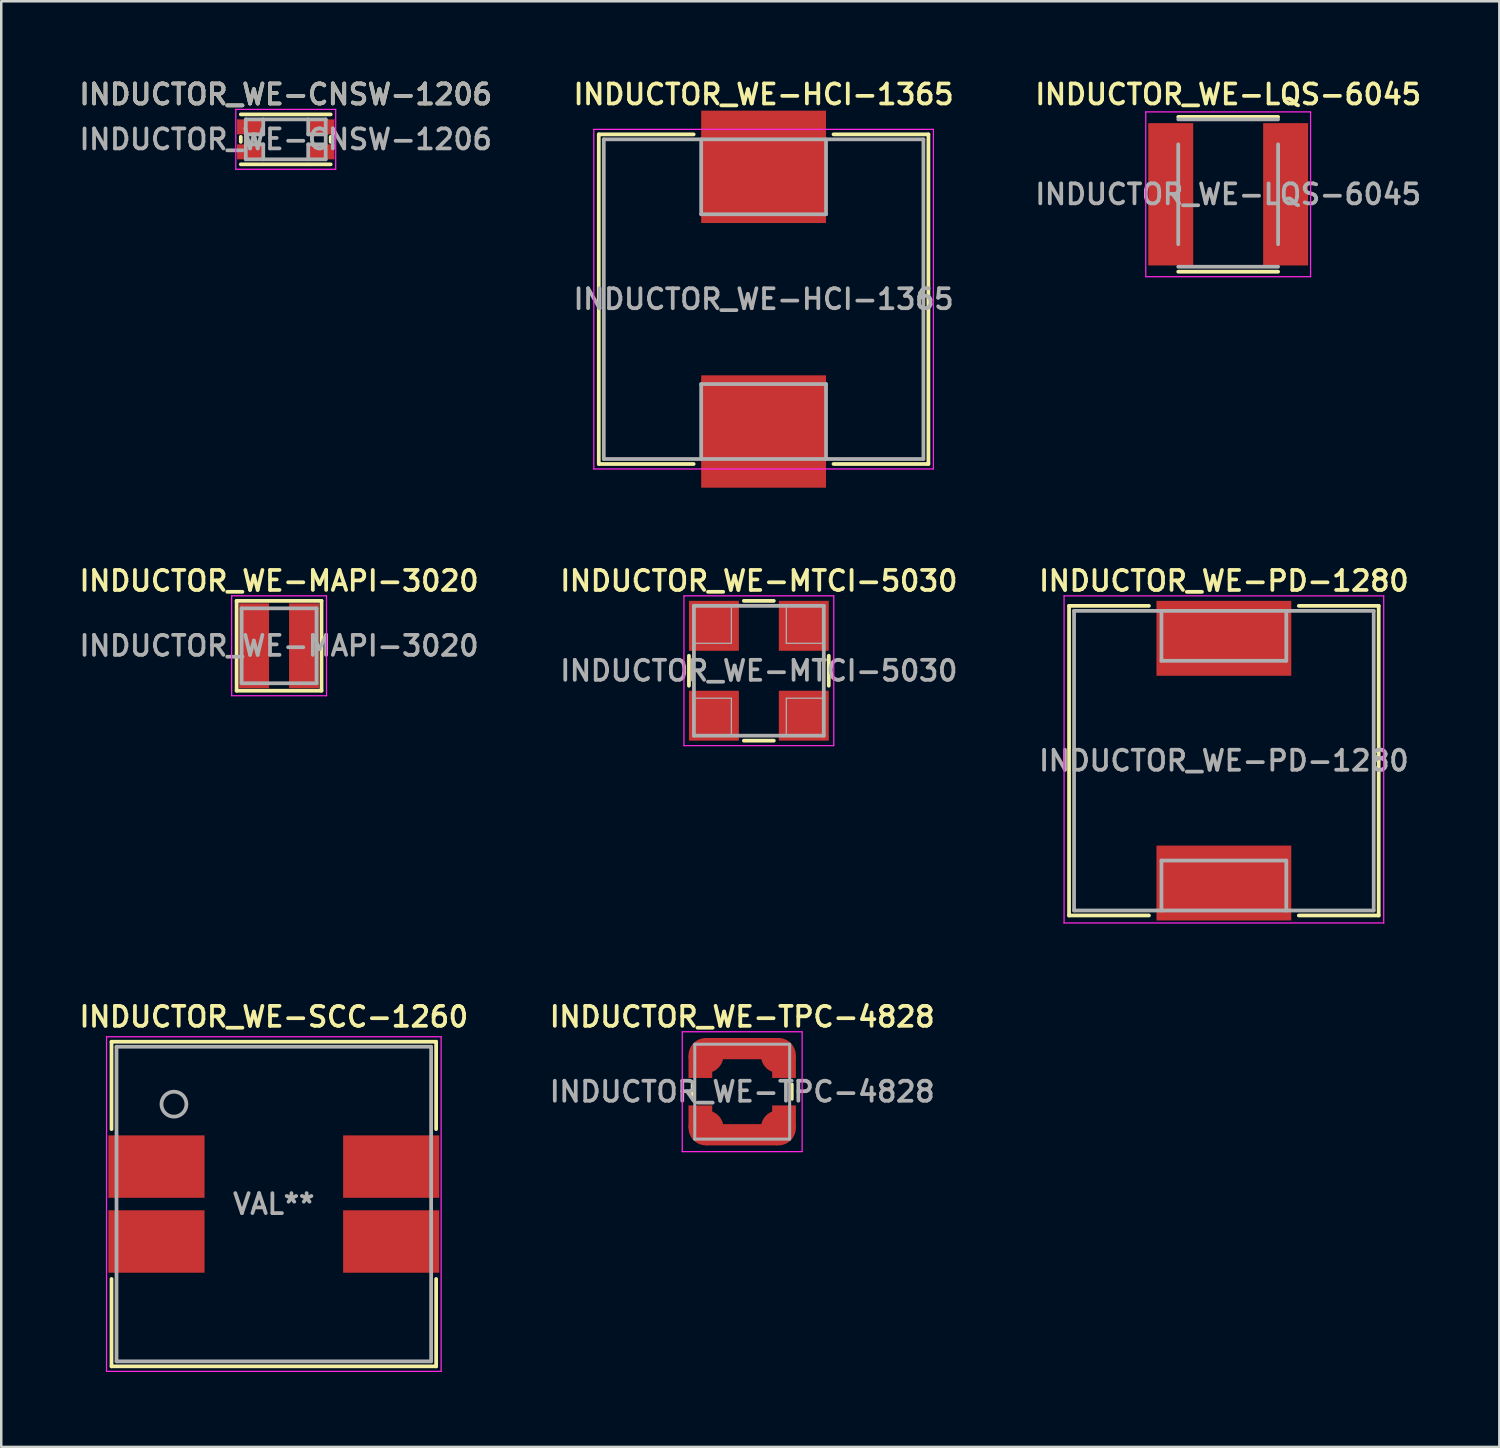
<source format=kicad_pcb>
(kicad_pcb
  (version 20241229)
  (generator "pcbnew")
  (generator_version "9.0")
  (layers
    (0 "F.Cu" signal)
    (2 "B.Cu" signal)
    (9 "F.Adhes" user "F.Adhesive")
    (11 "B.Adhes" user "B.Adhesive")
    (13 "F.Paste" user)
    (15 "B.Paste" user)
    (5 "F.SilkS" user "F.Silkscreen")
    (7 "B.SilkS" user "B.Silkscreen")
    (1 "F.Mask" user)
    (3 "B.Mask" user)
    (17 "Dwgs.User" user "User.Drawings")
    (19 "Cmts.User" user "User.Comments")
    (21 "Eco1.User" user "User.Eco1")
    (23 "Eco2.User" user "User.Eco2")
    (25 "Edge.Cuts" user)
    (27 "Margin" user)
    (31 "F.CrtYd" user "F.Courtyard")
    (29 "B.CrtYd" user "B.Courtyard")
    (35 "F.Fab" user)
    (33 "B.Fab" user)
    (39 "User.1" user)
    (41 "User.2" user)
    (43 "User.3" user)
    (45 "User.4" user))
  (footprint "INDUCTOR_WE-SCC-1260"
    (layer "F.Cu")
    (at 7.916 45.169)
    (property "Reference" "INDUCTOR_WE-SCC-1260" (at 0 -7.5 0) (layer "F.SilkS") (effects (font (size 0.8 0.8) (thickness 0.15))))
    (attr through_hole)
    (fp_line (start -6.5 -6.5) (end 6.5 -6.5) (stroke (width 0.15) (type solid)) (layer "F.SilkS"))
    (fp_line (start -6.5 -3) (end -6.5 -6.5) (stroke (width 0.15) (type solid)) (layer "F.SilkS"))
    (fp_line (start -6.5 6.5) (end -6.5 3) (stroke (width 0.15) (type solid)) (layer "F.SilkS"))
    (fp_line (start 6.5 -6.5) (end 6.5 -3) (stroke (width 0.15) (type solid)) (layer "F.SilkS"))
    (fp_line (start 6.5 3) (end 6.5 6.5) (stroke (width 0.15) (type solid)) (layer "F.SilkS"))
    (fp_line (start 6.5 6.5) (end -6.5 6.5) (stroke (width 0.15) (type solid)) (layer "F.SilkS"))
    (fp_line (start -6.7 -6.7) (end 6.7 -6.7) (stroke (width 0.05) (type solid)) (layer "F.CrtYd"))
    (fp_line (start -6.7 6.7) (end -6.7 -6.7) (stroke (width 0.05) (type solid)) (layer "F.CrtYd"))
    (fp_line (start 6.7 -6.7) (end 6.7 6.7) (stroke (width 0.05) (type solid)) (layer "F.CrtYd"))
    (fp_line (start 6.7 6.7) (end -6.7 6.7) (stroke (width 0.05) (type solid)) (layer "F.CrtYd"))
    (fp_line (start -6.3 -6.3) (end -6.3 6.3) (stroke (width 0.15) (type solid)) (layer "F.Fab"))
    (fp_line (start -6.3 6.3) (end 6.3 6.3) (stroke (width 0.15) (type solid)) (layer "F.Fab"))
    (fp_line (start 6.3 -6.3) (end -6.3 -6.3) (stroke (width 0.15) (type solid)) (layer "F.Fab"))
    (fp_line (start 6.3 6.3) (end 6.3 -6.3) (stroke (width 0.15) (type solid)) (layer "F.Fab"))
    (fp_circle (center -4 -4) (end -3.5 -4) (stroke (width 0.15) (type solid)) (fill no) (layer "F.Fab"))
    (fp_text user "VAL**" (at 0 0 0) (layer "F.Fab") (effects (font (size 0.8 0.8) (thickness 0.15))))
    (pad "1" smd rect (at -4.7 -1.5) (size 3.85 2.5) (layers "F.Cu" "F.Mask" "F.Paste"))
    (pad "2" smd rect (at -4.7 1.5) (size 3.85 2.5) (layers "F.Cu" "F.Mask" "F.Paste"))
    (pad "3" smd rect (at 4.7 1.5) (size 3.85 2.5) (layers "F.Cu" "F.Mask" "F.Paste"))
    (pad "4" smd rect (at 4.7 -1.5) (size 3.85 2.5) (layers "F.Cu" "F.Mask" "F.Paste")))
  (footprint "INDUCTOR_WE-MTCI-5030"
    (layer "F.Cu")
    (at 27.34 23.812)
    (property "Reference" "INDUCTOR_WE-MTCI-5030" (at 0 -3.6 0) (layer "F.SilkS") (effects (font (size 0.8 0.8) (thickness 0.15))))
    (attr through_hole)
    (fp_line (start -2.8 0.6) (end -2.8 -0.6) (stroke (width 0.15) (type solid)) (layer "F.SilkS"))
    (fp_line (start -0.6 -2.8) (end 0.6 -2.8) (stroke (width 0.15) (type solid)) (layer "F.SilkS"))
    (fp_line (start -0.6 2.8) (end 0.6 2.8) (stroke (width 0.15) (type solid)) (layer "F.SilkS"))
    (fp_line (start 2.8 0.6) (end 2.8 -0.6) (stroke (width 0.15) (type solid)) (layer "F.SilkS"))
    (fp_line (start -3 -3) (end 3 -3) (stroke (width 0.05) (type solid)) (layer "F.CrtYd"))
    (fp_line (start -3 3) (end -3 -3) (stroke (width 0.05) (type solid)) (layer "F.CrtYd"))
    (fp_line (start 3 -3) (end 3 3) (stroke (width 0.05) (type solid)) (layer "F.CrtYd"))
    (fp_line (start 3 3) (end -3 3) (stroke (width 0.05) (type solid)) (layer "F.CrtYd"))
    (fp_line (start -2.6 -2.6) (end -2.6 2.6) (stroke (width 0.15) (type solid)) (layer "F.Fab"))
    (fp_line (start -2.6 -1.1) (end -1.1 -1.1) (stroke (width 0.05) (type solid)) (layer "F.Fab"))
    (fp_line (start -2.6 2.6) (end 2.6 2.6) (stroke (width 0.15) (type solid)) (layer "F.Fab"))
    (fp_line (start -1.1 -1.1) (end -1.1 -2.6) (stroke (width 0.05) (type solid)) (layer "F.Fab"))
    (fp_line (start -1.1 1.1) (end -2.6 1.1) (stroke (width 0.05) (type solid)) (layer "F.Fab"))
    (fp_line (start -1.1 2.6) (end -1.1 1.1) (stroke (width 0.05) (type solid)) (layer "F.Fab"))
    (fp_line (start 1.1 -2.6) (end 1.1 -1.1) (stroke (width 0.05) (type solid)) (layer "F.Fab"))
    (fp_line (start 1.1 -1.1) (end 2.6 -1.1) (stroke (width 0.05) (type solid)) (layer "F.Fab"))
    (fp_line (start 1.1 1.1) (end 2.6 1.1) (stroke (width 0.05) (type solid)) (layer "F.Fab"))
    (fp_line (start 1.1 2.6) (end 1.1 1.1) (stroke (width 0.05) (type solid)) (layer "F.Fab"))
    (fp_line (start 2.6 -2.6) (end -2.6 -2.6) (stroke (width 0.15) (type solid)) (layer "F.Fab"))
    (fp_line (start 2.6 2.6) (end 2.6 -2.6) (stroke (width 0.15) (type solid)) (layer "F.Fab"))
    (fp_text user "${REFERENCE}" (at 0 0 0) (layer "F.Fab") (effects (font (size 0.8 0.8) (thickness 0.15))))
    (pad "1" smd rect (at -1.8 -1.8) (size 2 2) (layers "F.Cu" "F.Mask" "F.Paste"))
    (pad "2" smd rect (at -1.8 1.8) (size 2 2) (layers "F.Cu" "F.Mask" "F.Paste"))
    (pad "3" smd rect (at 1.8 1.8) (size 2 2) (layers "F.Cu" "F.Mask" "F.Paste"))
    (pad "4" smd rect (at 1.8 -1.8) (size 2 2) (layers "F.Cu" "F.Mask" "F.Paste")))
  (footprint "INDUCTOR_WE-CNSW-1206"
    (layer "F.Cu")
    (at 8.393 2.531)
    (property "Reference" "INDUCTOR_WE-CNSW-1206" (at 0 -1.8 0) (layer "F.SilkS") (effects (font (size 0.8 0.8) (thickness 0.15))))
    (attr through_hole)
    (fp_line (start -1.8 -1) (end 1.8 -1) (stroke (width 0.15) (type solid)) (layer "F.SilkS"))
    (fp_line (start -1.8 -0.1) (end -1.8 0.1) (stroke (width 0.15) (type solid)) (layer "F.SilkS"))
    (fp_line (start -1.8 1) (end 1.8 1) (stroke (width 0.15) (type solid)) (layer "F.SilkS"))
    (fp_line (start 1.8 -0.1) (end 1.8 0.1) (stroke (width 0.15) (type solid)) (layer "F.SilkS"))
    (fp_line (start -2 -1.2) (end 2 -1.2) (stroke (width 0.05) (type solid)) (layer "F.CrtYd"))
    (fp_line (start -2 1.2) (end -2 -1.2) (stroke (width 0.05) (type solid)) (layer "F.CrtYd"))
    (fp_line (start 2 -1.2) (end 2 1.2) (stroke (width 0.05) (type solid)) (layer "F.CrtYd"))
    (fp_line (start 2 1.2) (end -2 1.2) (stroke (width 0.05) (type solid)) (layer "F.CrtYd"))
    (fp_line (start -1.6 -0.8) (end 1.6 -0.8) (stroke (width 0.15) (type solid)) (layer "F.Fab"))
    (fp_line (start -1.6 -0.2) (end -0.9 -0.2) (stroke (width 0.15) (type solid)) (layer "F.Fab"))
    (fp_line (start -1.6 0.2) (end -0.9 0.2) (stroke (width 0.15) (type solid)) (layer "F.Fab"))
    (fp_line (start -1.6 0.8) (end -1.6 -0.8) (stroke (width 0.15) (type solid)) (layer "F.Fab"))
    (fp_line (start -0.9 -0.2) (end -0.9 -0.8) (stroke (width 0.15) (type solid)) (layer "F.Fab"))
    (fp_line (start -0.9 0.2) (end -0.9 0.8) (stroke (width 0.15) (type solid)) (layer "F.Fab"))
    (fp_line (start 0.9 -0.8) (end 0.9 -0.2) (stroke (width 0.15) (type solid)) (layer "F.Fab"))
    (fp_line (start 0.9 -0.2) (end 1.6 -0.2) (stroke (width 0.15) (type solid)) (layer "F.Fab"))
    (fp_line (start 0.9 0.2) (end 1.6 0.2) (stroke (width 0.15) (type solid)) (layer "F.Fab"))
    (fp_line (start 0.9 0.8) (end 0.9 0.2) (stroke (width 0.15) (type solid)) (layer "F.Fab"))
    (fp_line (start 1.6 -0.8) (end 1.6 0.8) (stroke (width 0.15) (type solid)) (layer "F.Fab"))
    (fp_line (start 1.6 0.8) (end -1.6 0.8) (stroke (width 0.15) (type solid)) (layer "F.Fab"))
    (fp_text user "${REFERENCE}" (at 0 -1.8 0) (layer "F.Fab") (effects (font (size 0.8 0.8) (thickness 0.15))))
    (fp_text user "${REFERENCE}" (at 0 0 0) (layer "F.Fab") (effects (font (size 0.8 0.8) (thickness 0.15))))
    (pad "1" smd rect (at -1.4 -0.5) (size 1.1 0.6) (layers "F.Cu" "F.Mask" "F.Paste"))
    (pad "2" smd rect (at 1.4 -0.5) (size 1.1 0.6) (layers "F.Cu" "F.Mask" "F.Paste"))
    (pad "3" smd rect (at 1.4 0.5) (size 1.1 0.6) (layers "F.Cu" "F.Mask" "F.Paste"))
    (pad "4" smd rect (at -1.4 0.5) (size 1.1 0.6) (layers "F.Cu" "F.Mask" "F.Paste")))
  (footprint "INDUCTOR_WE-HCI-1365"
    (layer "F.Cu")
    (at 27.53 8.931)
    (property "Reference" "INDUCTOR_WE-HCI-1365" (at 0 -8.2 0) (layer "F.SilkS") (effects (font (size 0.8 0.8) (thickness 0.15))))
    (attr through_hole)
    (fp_line (start -6.6 -6.6) (end -6.6 6.6) (stroke (width 0.15) (type solid)) (layer "F.SilkS"))
    (fp_line (start -6.6 6.6) (end -2.8 6.6) (stroke (width 0.15) (type solid)) (layer "F.SilkS"))
    (fp_line (start -2.8 -6.6) (end -6.6 -6.6) (stroke (width 0.15) (type solid)) (layer "F.SilkS"))
    (fp_line (start 2.8 6.6) (end 6.6 6.6) (stroke (width 0.15) (type solid)) (layer "F.SilkS"))
    (fp_line (start 6.6 -6.6) (end 2.8 -6.6) (stroke (width 0.15) (type solid)) (layer "F.SilkS"))
    (fp_line (start 6.6 6.6) (end 6.6 -6.6) (stroke (width 0.15) (type solid)) (layer "F.SilkS"))
    (fp_line (start -6.8 -6.8) (end 6.8 -6.8) (stroke (width 0.05) (type solid)) (layer "F.CrtYd"))
    (fp_line (start -6.8 6.8) (end -6.8 -6.8) (stroke (width 0.05) (type solid)) (layer "F.CrtYd"))
    (fp_line (start 6.8 -6.8) (end 6.8 6.8) (stroke (width 0.05) (type solid)) (layer "F.CrtYd"))
    (fp_line (start 6.8 6.8) (end -6.8 6.8) (stroke (width 0.05) (type solid)) (layer "F.CrtYd"))
    (fp_line (start -6.4 -6.4) (end 6.4 -6.4) (stroke (width 0.15) (type solid)) (layer "F.Fab"))
    (fp_line (start -6.4 6.4) (end -6.4 -6.4) (stroke (width 0.15) (type solid)) (layer "F.Fab"))
    (fp_line (start -2.5 -6.4) (end -2.5 -3.4) (stroke (width 0.15) (type solid)) (layer "F.Fab"))
    (fp_line (start -2.5 -3.4) (end 2.5 -3.4) (stroke (width 0.15) (type solid)) (layer "F.Fab"))
    (fp_line (start -2.5 3.4) (end -2.5 6.4) (stroke (width 0.15) (type solid)) (layer "F.Fab"))
    (fp_line (start 2.5 -3.4) (end 2.5 -6.4) (stroke (width 0.15) (type solid)) (layer "F.Fab"))
    (fp_line (start 2.5 3.4) (end -2.5 3.4) (stroke (width 0.15) (type solid)) (layer "F.Fab"))
    (fp_line (start 2.5 6.4) (end 2.5 3.4) (stroke (width 0.15) (type solid)) (layer "F.Fab"))
    (fp_line (start 6.4 -6.4) (end 6.4 6.4) (stroke (width 0.15) (type solid)) (layer "F.Fab"))
    (fp_line (start 6.4 6.4) (end -6.4 6.4) (stroke (width 0.15) (type solid)) (layer "F.Fab"))
    (fp_text user "${REFERENCE}" (at 0 0 0) (layer "F.Fab") (effects (font (size 0.8 0.8) (thickness 0.15))))
    (pad "1" smd rect (at 0 -5.3) (size 5 4.5) (layers "F.Cu" "F.Mask" "F.Paste"))
    (pad "2" smd rect (at 0 5.3) (size 5 4.5) (layers "F.Cu" "F.Mask" "F.Paste")))
  (footprint "INDUCTOR_WE-MAPI-3020"
    (layer "F.Cu")
    (at 8.126 22.812)
    (property "Reference" "INDUCTOR_WE-MAPI-3020" (at 0 -2.6 0) (layer "F.SilkS") (effects (font (size 0.8 0.8) (thickness 0.15))))
    (attr through_hole)
    (fp_line (start -1.7 -1.8) (end 1.7 -1.8) (stroke (width 0.15) (type solid)) (layer "F.SilkS"))
    (fp_line (start -1.7 1.8) (end -1.7 -1.8) (stroke (width 0.15) (type solid)) (layer "F.SilkS"))
    (fp_line (start 1.7 -1.8) (end 1.7 1.8) (stroke (width 0.15) (type solid)) (layer "F.SilkS"))
    (fp_line (start 1.7 1.8) (end -1.7 1.8) (stroke (width 0.15) (type solid)) (layer "F.SilkS"))
    (fp_line (start -1.9 -2) (end 1.9 -2) (stroke (width 0.05) (type solid)) (layer "F.CrtYd"))
    (fp_line (start -1.9 2) (end -1.9 -2) (stroke (width 0.05) (type solid)) (layer "F.CrtYd"))
    (fp_line (start 1.9 -2) (end 1.9 2) (stroke (width 0.05) (type solid)) (layer "F.CrtYd"))
    (fp_line (start 1.9 2) (end -1.9 2) (stroke (width 0.05) (type solid)) (layer "F.CrtYd"))
    (fp_line (start -1.5 -1.5) (end -1.5 1.5) (stroke (width 0.15) (type solid)) (layer "F.Fab"))
    (fp_line (start -1.5 1.5) (end 1.5 1.5) (stroke (width 0.15) (type solid)) (layer "F.Fab"))
    (fp_line (start 1.5 -1.5) (end -1.5 -1.5) (stroke (width 0.15) (type solid)) (layer "F.Fab"))
    (fp_line (start 1.5 1.5) (end 1.5 -1.5) (stroke (width 0.15) (type solid)) (layer "F.Fab"))
    (fp_text user "${REFERENCE}" (at 0 0 0) (layer "F.Fab") (effects (font (size 0.8 0.8) (thickness 0.15))))
    (pad "1" smd rect (at -1 0) (size 1.2 3.4) (layers "F.Cu" "F.Mask" "F.Paste"))
    (pad "2" smd rect (at 1 0) (size 1.2 3.4) (layers "F.Cu" "F.Mask" "F.Paste")))
  (footprint "INDUCTOR_WE-TPC-4828"
    (layer "F.Cu")
    (at 26.673 40.669)
    (property "Reference" "INDUCTOR_WE-TPC-4828" (at 0 -3 0) (layer "F.SilkS") (effects (font (size 0.8 0.8) (thickness 0.15))))
    (attr smd)
    (fp_line (start -2 -0.3) (end -2 0.2) (stroke (width 0.12) (type solid)) (layer "F.SilkS"))
    (fp_line (start 2 -0.3) (end 2 0.3) (stroke (width 0.12) (type solid)) (layer "F.SilkS"))
    (fp_line (start -2.4 -2.4) (end -2.4 2.4) (stroke (width 0.05) (type solid)) (layer "F.CrtYd"))
    (fp_line (start -2.4 2.4) (end 2.4 2.4) (stroke (width 0.05) (type solid)) (layer "F.CrtYd"))
    (fp_line (start 2.4 -2.4) (end -2.4 -2.4) (stroke (width 0.05) (type solid)) (layer "F.CrtYd"))
    (fp_line (start 2.4 2.4) (end 2.4 -2.4) (stroke (width 0.05) (type solid)) (layer "F.CrtYd"))
    (fp_line (start -1.9 -1.9) (end 1.9 -1.9) (stroke (width 0.12) (type solid)) (layer "F.Fab"))
    (fp_line (start -1.9 1.9) (end -1.9 -1.9) (stroke (width 0.12) (type solid)) (layer "F.Fab"))
    (fp_line (start 1.9 -1.9) (end 1.9 1.9) (stroke (width 0.12) (type solid)) (layer "F.Fab"))
    (fp_line (start 1.9 1.9) (end -1.9 1.9) (stroke (width 0.12) (type solid)) (layer "F.Fab"))
    (fp_text user "${REFERENCE}" (at 0 0 0) (layer "F.Fab") (effects (font (size 0.8 0.8) (thickness 0.15))))
    (pad "1" smd rect (at -1.675 -1) (size 0.95 0.9) (layers "F.Cu" "F.Mask" "F.Paste"))
    (pad "1" smd circle (at -1.45 -1.45) (size 1.4 1.4) (layers "F.Cu" "F.Mask" "F.Paste"))
    (pad "1" smd rect (at 0 -1.725) (size 2.9 0.85) (layers "F.Cu" "F.Mask" "F.Paste"))
    (pad "1" smd circle (at 1.45 -1.45) (size 1.4 1.4) (layers "F.Cu" "F.Mask" "F.Paste"))
    (pad "1" smd rect (at 1.675 -1) (size 0.95 0.9) (layers "F.Cu" "F.Mask" "F.Paste"))
    (pad "2" smd rect (at -1.675 1) (size 0.95 0.9) (layers "F.Cu" "F.Mask" "F.Paste"))
    (pad "2" smd circle (at -1.45 1.45) (size 1.4 1.4) (layers "F.Cu" "F.Mask" "F.Paste"))
    (pad "2" smd rect (at 0 1.725) (size 2.9 0.85) (layers "F.Cu" "F.Mask" "F.Paste"))
    (pad "2" smd circle (at 1.45 1.45) (size 1.4 1.4) (layers "F.Cu" "F.Mask" "F.Paste"))
    (pad "2" smd rect (at 1.675 1) (size 0.95 0.9) (layers "F.Cu" "F.Mask" "F.Paste")))
  (footprint "INDUCTOR_WE-LQS-6045"
    (layer "F.Cu")
    (at 46.135 4.731)
    (property "Reference" "INDUCTOR_WE-LQS-6045" (at 0 -4 0) (layer "F.SilkS") (effects (font (size 0.8 0.8) (thickness 0.15))))
    (attr through_hole)
    (fp_line (start -2 -3.1) (end 2 -3.1) (stroke (width 0.15) (type solid)) (layer "F.SilkS"))
    (fp_line (start 2 3.1) (end -2 3.1) (stroke (width 0.15) (type solid)) (layer "F.SilkS"))
    (fp_line (start -3.3 -3.3) (end 3.3 -3.3) (stroke (width 0.05) (type solid)) (layer "F.CrtYd"))
    (fp_line (start -3.3 3.3) (end -3.3 -3.3) (stroke (width 0.05) (type solid)) (layer "F.CrtYd"))
    (fp_line (start 3.3 -3.3) (end 3.3 3.3) (stroke (width 0.05) (type solid)) (layer "F.CrtYd"))
    (fp_line (start 3.3 3.3) (end -3.3 3.3) (stroke (width 0.05) (type solid)) (layer "F.CrtYd"))
    (fp_line (start -2 -2) (end -2 2) (stroke (width 0.15) (type solid)) (layer "F.Fab"))
    (fp_line (start -2 2.9) (end 2 2.9) (stroke (width 0.15) (type solid)) (layer "F.Fab"))
    (fp_line (start 2 -3) (end -2 -3) (stroke (width 0.15) (type solid)) (layer "F.Fab"))
    (fp_line (start 2 2) (end 2 -2) (stroke (width 0.15) (type solid)) (layer "F.Fab"))
    (fp_text user "${REFERENCE}" (at 0 0 0) (layer "F.Fab") (effects (font (size 0.8 0.8) (thickness 0.15))))
    (pad "1" smd rect (at -2.3 0) (size 1.8 5.7) (layers "F.Cu" "F.Mask" "F.Paste"))
    (pad "2" smd rect (at 2.3 0) (size 1.8 5.7) (layers "F.Cu" "F.Mask" "F.Paste")))
  (footprint "INDUCTOR_WE-PD-1280"
    (layer "F.Cu")
    (at 45.963 27.413)
    (property "Reference" "INDUCTOR_WE-PD-1280" (at 0 -7.2 0) (layer "F.SilkS") (effects (font (size 0.8 0.8) (thickness 0.15))))
    (attr through_hole)
    (fp_line (start -6.2 -6.2) (end -6.2 6.2) (stroke (width 0.15) (type solid)) (layer "F.SilkS"))
    (fp_line (start -6.2 6.2) (end -3 6.2) (stroke (width 0.15) (type solid)) (layer "F.SilkS"))
    (fp_line (start -3 -6.2) (end -6.2 -6.2) (stroke (width 0.15) (type solid)) (layer "F.SilkS"))
    (fp_line (start 3 6.2) (end 6.2 6.2) (stroke (width 0.15) (type solid)) (layer "F.SilkS"))
    (fp_line (start 6.2 -6.2) (end 3 -6.2) (stroke (width 0.15) (type solid)) (layer "F.SilkS"))
    (fp_line (start 6.2 6.2) (end 6.2 -6.2) (stroke (width 0.15) (type solid)) (layer "F.SilkS"))
    (fp_line (start -6.4 -6.6) (end 6.4 -6.6) (stroke (width 0.05) (type solid)) (layer "F.CrtYd"))
    (fp_line (start -6.4 6.5) (end -6.4 -6.6) (stroke (width 0.05) (type solid)) (layer "F.CrtYd"))
    (fp_line (start 6.4 -6.6) (end 6.4 6.5) (stroke (width 0.05) (type solid)) (layer "F.CrtYd"))
    (fp_line (start 6.4 6.5) (end -6.4 6.5) (stroke (width 0.05) (type solid)) (layer "F.CrtYd"))
    (fp_line (start -6 -6) (end 6 -6) (stroke (width 0.15) (type solid)) (layer "F.Fab"))
    (fp_line (start -6 6) (end -6 -6) (stroke (width 0.15) (type solid)) (layer "F.Fab"))
    (fp_line (start -2.5 -6) (end -2.5 -4) (stroke (width 0.15) (type solid)) (layer "F.Fab"))
    (fp_line (start -2.5 -4) (end 2.5 -4) (stroke (width 0.15) (type solid)) (layer "F.Fab"))
    (fp_line (start -2.5 4) (end -2.5 6) (stroke (width 0.15) (type solid)) (layer "F.Fab"))
    (fp_line (start 2.5 -4) (end 2.5 -6) (stroke (width 0.15) (type solid)) (layer "F.Fab"))
    (fp_line (start 2.5 4) (end -2.5 4) (stroke (width 0.15) (type solid)) (layer "F.Fab"))
    (fp_line (start 2.5 6) (end 2.5 4) (stroke (width 0.15) (type solid)) (layer "F.Fab"))
    (fp_line (start 6 -6) (end 6 6) (stroke (width 0.15) (type solid)) (layer "F.Fab"))
    (fp_line (start 6 6) (end -6 6) (stroke (width 0.15) (type solid)) (layer "F.Fab"))
    (fp_text user "${REFERENCE}" (at 0 0 0) (layer "F.Fab") (effects (font (size 0.8 0.8) (thickness 0.15))))
    (pad "1" smd rect (at 0 -4.9) (size 5.4 3) (layers "F.Cu" "F.Mask" "F.Paste"))
    (pad "2" smd rect (at 0 4.9) (size 5.4 3) (layers "F.Cu" "F.Mask" "F.Paste")))
  (gr_rect
    (start -3 -3)
    (end 56.994 54.894)
    (stroke (width 0.1) (type default))
    (fill no)
    (layer "Edge.Cuts")))
</source>
